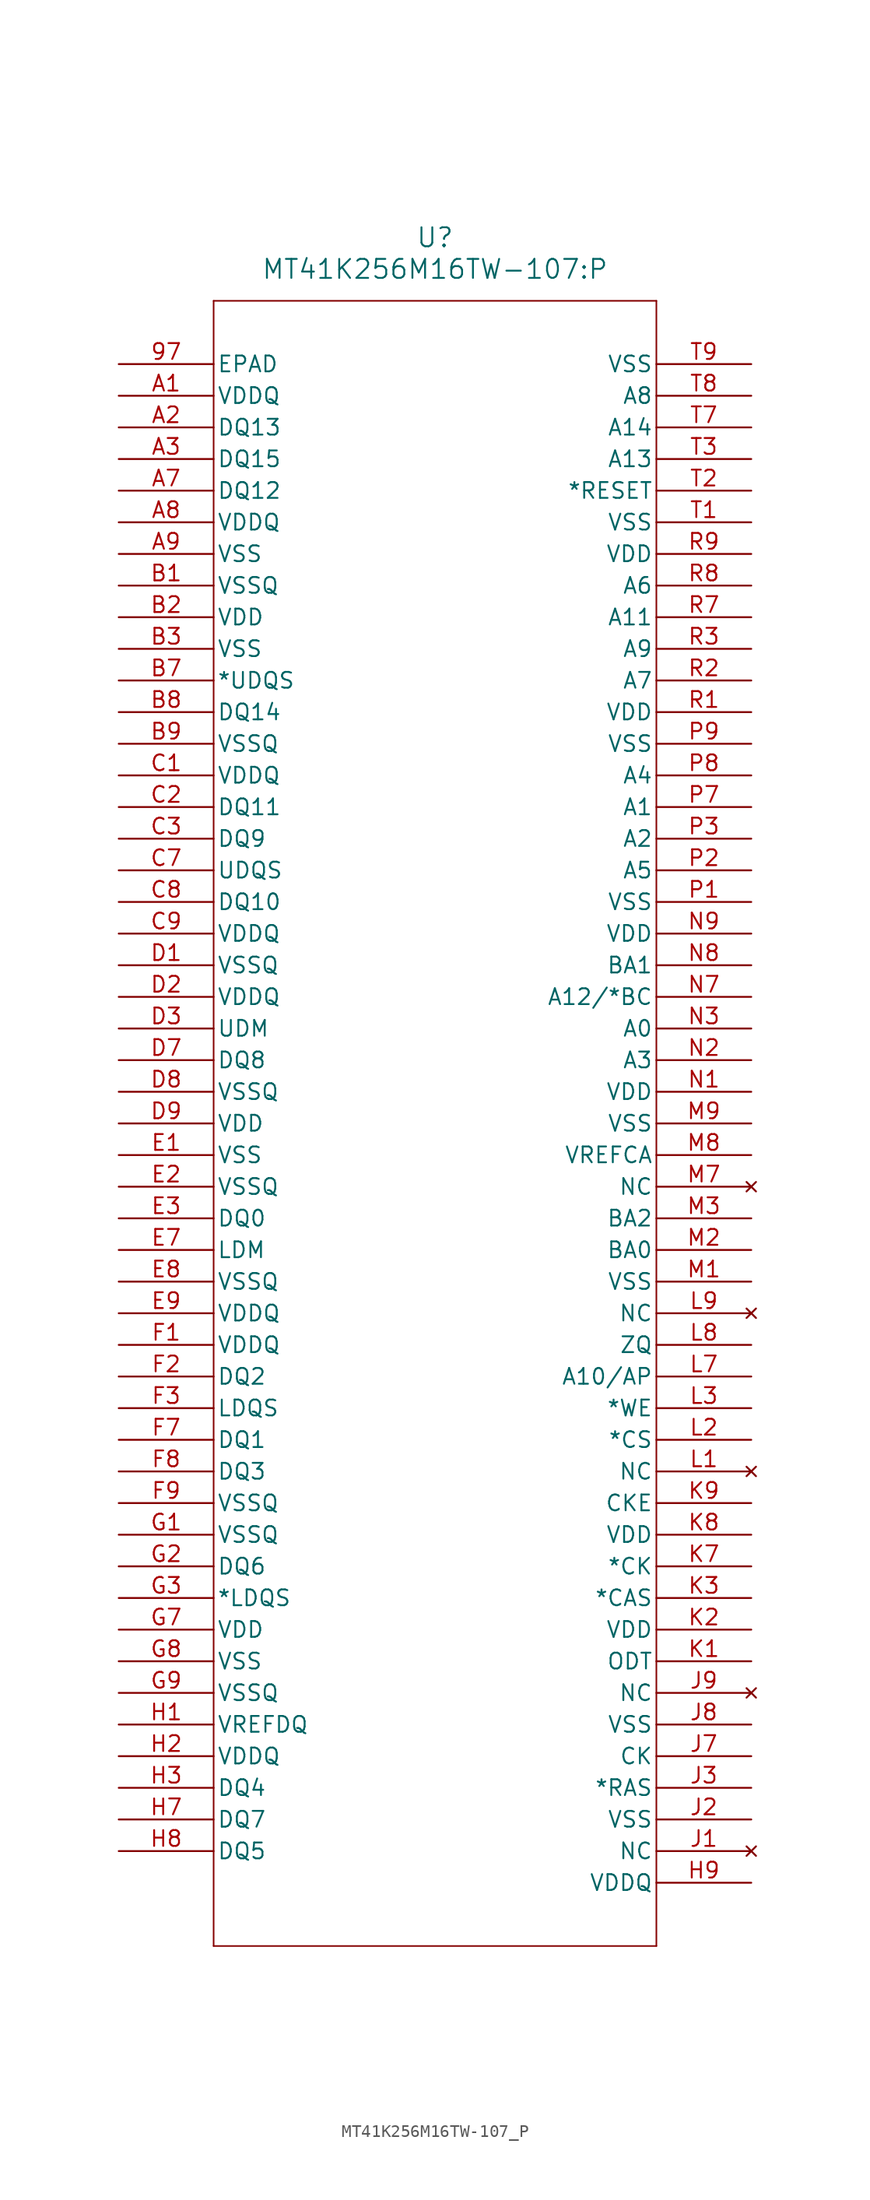
<source format=kicad_sym>
(kicad_symbol_lib
  (version 20231120)
  (generator "kicad_symbol_editor")
  (generator_version "8.0")
  (symbol "MT41K256M16TW-107_P"
    (pin_names
      (offset 0.254))
    (property "Reference" "U"
      (at 25.4 10.16 0)
      (effects (font (size 1.524 1.524))))
    (property "Value" "MT41K256M16TW-107:P"
      (at 25.4 7.62 0)
      (effects (font (size 1.524 1.524))))
    (property "ki_locked" ""
      (at 0 0 0)
      (effects (font (size 1.27 1.27))))
    (symbol "MT41K256M16TW-107_P_0_1"
      (polyline (pts (xy 7.62 -127) (xy 43.18 -127)) (stroke (width 0.127) (type default)) (fill (type none)))
      (polyline (pts (xy 7.62 5.08) (xy 7.62 -127)) (stroke (width 0.127) (type default)) (fill (type none)))
      (polyline (pts (xy 43.18 -127) (xy 43.18 5.08)) (stroke (width 0.127) (type default)) (fill (type none)))
      (polyline (pts (xy 43.18 5.08) (xy 7.62 5.08)) (stroke (width 0.127) (type default)) (fill (type none)))
      (pin unspecified line (at 0 0 0) (length 7.62) (name "EPAD" (effects (font (size 1.27 1.27)))) (number "97" (effects (font (size 1.27 1.27)))))
      (pin power_in line (at 0 -2.54 0) (length 7.62) (name "VDDQ" (effects (font (size 1.27 1.27)))) (number "A1" (effects (font (size 1.27 1.27)))))
      (pin bidirectional line (at 0 -5.08 0) (length 7.62) (name "DQ13" (effects (font (size 1.27 1.27)))) (number "A2" (effects (font (size 1.27 1.27)))))
      (pin bidirectional line (at 0 -7.62 0) (length 7.62) (name "DQ15" (effects (font (size 1.27 1.27)))) (number "A3" (effects (font (size 1.27 1.27)))))
      (pin bidirectional line (at 0 -10.16 0) (length 7.62) (name "DQ12" (effects (font (size 1.27 1.27)))) (number "A7" (effects (font (size 1.27 1.27)))))
      (pin power_in line (at 0 -12.7 0) (length 7.62) (name "VDDQ" (effects (font (size 1.27 1.27)))) (number "A8" (effects (font (size 1.27 1.27)))))
      (pin power_in line (at 0 -15.24 0) (length 7.62) (name "VSS" (effects (font (size 1.27 1.27)))) (number "A9" (effects (font (size 1.27 1.27)))))
      (pin power_in line (at 0 -17.78 0) (length 7.62) (name "VSSQ" (effects (font (size 1.27 1.27)))) (number "B1" (effects (font (size 1.27 1.27)))))
      (pin power_in line (at 0 -20.32 0) (length 7.62) (name "VDD" (effects (font (size 1.27 1.27)))) (number "B2" (effects (font (size 1.27 1.27)))))
      (pin power_in line (at 0 -22.86 0) (length 7.62) (name "VSS" (effects (font (size 1.27 1.27)))) (number "B3" (effects (font (size 1.27 1.27)))))
      (pin bidirectional line (at 0 -25.4 0) (length 7.62) (name "*UDQS" (effects (font (size 1.27 1.27)))) (number "B7" (effects (font (size 1.27 1.27)))))
      (pin bidirectional line (at 0 -27.94 0) (length 7.62) (name "DQ14" (effects (font (size 1.27 1.27)))) (number "B8" (effects (font (size 1.27 1.27)))))
      (pin power_in line (at 0 -30.48 0) (length 7.62) (name "VSSQ" (effects (font (size 1.27 1.27)))) (number "B9" (effects (font (size 1.27 1.27)))))
      (pin power_in line (at 0 -33.02 0) (length 7.62) (name "VDDQ" (effects (font (size 1.27 1.27)))) (number "C1" (effects (font (size 1.27 1.27)))))
      (pin bidirectional line (at 0 -35.56 0) (length 7.62) (name "DQ11" (effects (font (size 1.27 1.27)))) (number "C2" (effects (font (size 1.27 1.27)))))
      (pin bidirectional line (at 0 -38.1 0) (length 7.62) (name "DQ9" (effects (font (size 1.27 1.27)))) (number "C3" (effects (font (size 1.27 1.27)))))
      (pin bidirectional line (at 0 -40.64 0) (length 7.62) (name "UDQS" (effects (font (size 1.27 1.27)))) (number "C7" (effects (font (size 1.27 1.27)))))
      (pin bidirectional line (at 0 -43.18 0) (length 7.62) (name "DQ10" (effects (font (size 1.27 1.27)))) (number "C8" (effects (font (size 1.27 1.27)))))
      (pin power_in line (at 0 -45.72 0) (length 7.62) (name "VDDQ" (effects (font (size 1.27 1.27)))) (number "C9" (effects (font (size 1.27 1.27)))))
      (pin power_in line (at 0 -48.26 0) (length 7.62) (name "VSSQ" (effects (font (size 1.27 1.27)))) (number "D1" (effects (font (size 1.27 1.27)))))
      (pin power_in line (at 0 -50.8 0) (length 7.62) (name "VDDQ" (effects (font (size 1.27 1.27)))) (number "D2" (effects (font (size 1.27 1.27)))))
      (pin input line (at 0 -53.34 0) (length 7.62) (name "UDM" (effects (font (size 1.27 1.27)))) (number "D3" (effects (font (size 1.27 1.27)))))
      (pin bidirectional line (at 0 -55.88 0) (length 7.62) (name "DQ8" (effects (font (size 1.27 1.27)))) (number "D7" (effects (font (size 1.27 1.27)))))
      (pin power_in line (at 0 -58.42 0) (length 7.62) (name "VSSQ" (effects (font (size 1.27 1.27)))) (number "D8" (effects (font (size 1.27 1.27)))))
      (pin power_in line (at 0 -60.96 0) (length 7.62) (name "VDD" (effects (font (size 1.27 1.27)))) (number "D9" (effects (font (size 1.27 1.27)))))
      (pin power_in line (at 0 -63.5 0) (length 7.62) (name "VSS" (effects (font (size 1.27 1.27)))) (number "E1" (effects (font (size 1.27 1.27)))))
      (pin power_in line (at 0 -66.04 0) (length 7.62) (name "VSSQ" (effects (font (size 1.27 1.27)))) (number "E2" (effects (font (size 1.27 1.27)))))
      (pin bidirectional line (at 0 -68.58 0) (length 7.62) (name "DQ0" (effects (font (size 1.27 1.27)))) (number "E3" (effects (font (size 1.27 1.27)))))
      (pin input line (at 0 -71.12 0) (length 7.62) (name "LDM" (effects (font (size 1.27 1.27)))) (number "E7" (effects (font (size 1.27 1.27)))))
      (pin power_in line (at 0 -73.66 0) (length 7.62) (name "VSSQ" (effects (font (size 1.27 1.27)))) (number "E8" (effects (font (size 1.27 1.27)))))
      (pin power_in line (at 0 -76.2 0) (length 7.62) (name "VDDQ" (effects (font (size 1.27 1.27)))) (number "E9" (effects (font (size 1.27 1.27)))))
      (pin power_in line (at 0 -78.74 0) (length 7.62) (name "VDDQ" (effects (font (size 1.27 1.27)))) (number "F1" (effects (font (size 1.27 1.27)))))
      (pin bidirectional line (at 0 -81.28 0) (length 7.62) (name "DQ2" (effects (font (size 1.27 1.27)))) (number "F2" (effects (font (size 1.27 1.27)))))
      (pin bidirectional line (at 0 -83.82 0) (length 7.62) (name "LDQS" (effects (font (size 1.27 1.27)))) (number "F3" (effects (font (size 1.27 1.27)))))
      (pin bidirectional line (at 0 -86.36 0) (length 7.62) (name "DQ1" (effects (font (size 1.27 1.27)))) (number "F7" (effects (font (size 1.27 1.27)))))
      (pin bidirectional line (at 0 -88.9 0) (length 7.62) (name "DQ3" (effects (font (size 1.27 1.27)))) (number "F8" (effects (font (size 1.27 1.27)))))
      (pin power_in line (at 0 -91.44 0) (length 7.62) (name "VSSQ" (effects (font (size 1.27 1.27)))) (number "F9" (effects (font (size 1.27 1.27)))))
      (pin power_in line (at 0 -93.98 0) (length 7.62) (name "VSSQ" (effects (font (size 1.27 1.27)))) (number "G1" (effects (font (size 1.27 1.27)))))
      (pin bidirectional line (at 0 -96.52 0) (length 7.62) (name "DQ6" (effects (font (size 1.27 1.27)))) (number "G2" (effects (font (size 1.27 1.27)))))
      (pin bidirectional line (at 0 -99.06 0) (length 7.62) (name "*LDQS" (effects (font (size 1.27 1.27)))) (number "G3" (effects (font (size 1.27 1.27)))))
      (pin power_in line (at 0 -101.6 0) (length 7.62) (name "VDD" (effects (font (size 1.27 1.27)))) (number "G7" (effects (font (size 1.27 1.27)))))
      (pin power_in line (at 0 -104.14 0) (length 7.62) (name "VSS" (effects (font (size 1.27 1.27)))) (number "G8" (effects (font (size 1.27 1.27)))))
      (pin power_in line (at 0 -106.68 0) (length 7.62) (name "VSSQ" (effects (font (size 1.27 1.27)))) (number "G9" (effects (font (size 1.27 1.27)))))
      (pin power_in line (at 0 -109.22 0) (length 7.62) (name "VREFDQ" (effects (font (size 1.27 1.27)))) (number "H1" (effects (font (size 1.27 1.27)))))
      (pin power_in line (at 0 -111.76 0) (length 7.62) (name "VDDQ" (effects (font (size 1.27 1.27)))) (number "H2" (effects (font (size 1.27 1.27)))))
      (pin bidirectional line (at 0 -114.3 0) (length 7.62) (name "DQ4" (effects (font (size 1.27 1.27)))) (number "H3" (effects (font (size 1.27 1.27)))))
      (pin bidirectional line (at 0 -116.84 0) (length 7.62) (name "DQ7" (effects (font (size 1.27 1.27)))) (number "H7" (effects (font (size 1.27 1.27)))))
      (pin bidirectional line (at 0 -119.38 0) (length 7.62) (name "DQ5" (effects (font (size 1.27 1.27)))) (number "H8" (effects (font (size 1.27 1.27)))))
      (pin power_in line (at 50.8 -121.92 180) (length 7.62) (name "VDDQ" (effects (font (size 1.27 1.27)))) (number "H9" (effects (font (size 1.27 1.27)))))
      (pin no_connect line (at 50.8 -119.38 180) (length 7.62) (name "NC" (effects (font (size 1.27 1.27)))) (number "J1" (effects (font (size 1.27 1.27)))))
      (pin power_in line (at 50.8 -116.84 180) (length 7.62) (name "VSS" (effects (font (size 1.27 1.27)))) (number "J2" (effects (font (size 1.27 1.27)))))
      (pin input line (at 50.8 -114.3 180) (length 7.62) (name "*RAS" (effects (font (size 1.27 1.27)))) (number "J3" (effects (font (size 1.27 1.27)))))
      (pin input line (at 50.8 -111.76 180) (length 7.62) (name "CK" (effects (font (size 1.27 1.27)))) (number "J7" (effects (font (size 1.27 1.27)))))
      (pin power_in line (at 50.8 -109.22 180) (length 7.62) (name "VSS" (effects (font (size 1.27 1.27)))) (number "J8" (effects (font (size 1.27 1.27)))))
      (pin no_connect line (at 50.8 -106.68 180) (length 7.62) (name "NC" (effects (font (size 1.27 1.27)))) (number "J9" (effects (font (size 1.27 1.27)))))
      (pin input line (at 50.8 -104.14 180) (length 7.62) (name "ODT" (effects (font (size 1.27 1.27)))) (number "K1" (effects (font (size 1.27 1.27)))))
      (pin power_in line (at 50.8 -101.6 180) (length 7.62) (name "VDD" (effects (font (size 1.27 1.27)))) (number "K2" (effects (font (size 1.27 1.27)))))
      (pin input line (at 50.8 -99.06 180) (length 7.62) (name "*CAS" (effects (font (size 1.27 1.27)))) (number "K3" (effects (font (size 1.27 1.27)))))
      (pin input line (at 50.8 -96.52 180) (length 7.62) (name "*CK" (effects (font (size 1.27 1.27)))) (number "K7" (effects (font (size 1.27 1.27)))))
      (pin power_in line (at 50.8 -93.98 180) (length 7.62) (name "VDD" (effects (font (size 1.27 1.27)))) (number "K8" (effects (font (size 1.27 1.27)))))
      (pin input line (at 50.8 -91.44 180) (length 7.62) (name "CKE" (effects (font (size 1.27 1.27)))) (number "K9" (effects (font (size 1.27 1.27)))))
      (pin no_connect line (at 50.8 -88.9 180) (length 7.62) (name "NC" (effects (font (size 1.27 1.27)))) (number "L1" (effects (font (size 1.27 1.27)))))
      (pin input line (at 50.8 -86.36 180) (length 7.62) (name "*CS" (effects (font (size 1.27 1.27)))) (number "L2" (effects (font (size 1.27 1.27)))))
      (pin input line (at 50.8 -83.82 180) (length 7.62) (name "*WE" (effects (font (size 1.27 1.27)))) (number "L3" (effects (font (size 1.27 1.27)))))
      (pin input line (at 50.8 -81.28 180) (length 7.62) (name "A10/AP" (effects (font (size 1.27 1.27)))) (number "L7" (effects (font (size 1.27 1.27)))))
      (pin unspecified line (at 50.8 -78.74 180) (length 7.62) (name "ZQ" (effects (font (size 1.27 1.27)))) (number "L8" (effects (font (size 1.27 1.27)))))
      (pin no_connect line (at 50.8 -76.2 180) (length 7.62) (name "NC" (effects (font (size 1.27 1.27)))) (number "L9" (effects (font (size 1.27 1.27)))))
      (pin power_in line (at 50.8 -73.66 180) (length 7.62) (name "VSS" (effects (font (size 1.27 1.27)))) (number "M1" (effects (font (size 1.27 1.27)))))
      (pin input line (at 50.8 -71.12 180) (length 7.62) (name "BA0" (effects (font (size 1.27 1.27)))) (number "M2" (effects (font (size 1.27 1.27)))))
      (pin input line (at 50.8 -68.58 180) (length 7.62) (name "BA2" (effects (font (size 1.27 1.27)))) (number "M3" (effects (font (size 1.27 1.27)))))
      (pin no_connect line (at 50.8 -66.04 180) (length 7.62) (name "NC" (effects (font (size 1.27 1.27)))) (number "M7" (effects (font (size 1.27 1.27)))))
      (pin power_in line (at 50.8 -63.5 180) (length 7.62) (name "VREFCA" (effects (font (size 1.27 1.27)))) (number "M8" (effects (font (size 1.27 1.27)))))
      (pin power_in line (at 50.8 -60.96 180) (length 7.62) (name "VSS" (effects (font (size 1.27 1.27)))) (number "M9" (effects (font (size 1.27 1.27)))))
      (pin power_in line (at 50.8 -58.42 180) (length 7.62) (name "VDD" (effects (font (size 1.27 1.27)))) (number "N1" (effects (font (size 1.27 1.27)))))
      (pin input line (at 50.8 -55.88 180) (length 7.62) (name "A3" (effects (font (size 1.27 1.27)))) (number "N2" (effects (font (size 1.27 1.27)))))
      (pin input line (at 50.8 -53.34 180) (length 7.62) (name "A0" (effects (font (size 1.27 1.27)))) (number "N3" (effects (font (size 1.27 1.27)))))
      (pin input line (at 50.8 -50.8 180) (length 7.62) (name "A12/*BC" (effects (font (size 1.27 1.27)))) (number "N7" (effects (font (size 1.27 1.27)))))
      (pin input line (at 50.8 -48.26 180) (length 7.62) (name "BA1" (effects (font (size 1.27 1.27)))) (number "N8" (effects (font (size 1.27 1.27)))))
      (pin power_in line (at 50.8 -45.72 180) (length 7.62) (name "VDD" (effects (font (size 1.27 1.27)))) (number "N9" (effects (font (size 1.27 1.27)))))
      (pin power_in line (at 50.8 -43.18 180) (length 7.62) (name "VSS" (effects (font (size 1.27 1.27)))) (number "P1" (effects (font (size 1.27 1.27)))))
      (pin input line (at 50.8 -40.64 180) (length 7.62) (name "A5" (effects (font (size 1.27 1.27)))) (number "P2" (effects (font (size 1.27 1.27)))))
      (pin input line (at 50.8 -38.1 180) (length 7.62) (name "A2" (effects (font (size 1.27 1.27)))) (number "P3" (effects (font (size 1.27 1.27)))))
      (pin input line (at 50.8 -35.56 180) (length 7.62) (name "A1" (effects (font (size 1.27 1.27)))) (number "P7" (effects (font (size 1.27 1.27)))))
      (pin input line (at 50.8 -33.02 180) (length 7.62) (name "A4" (effects (font (size 1.27 1.27)))) (number "P8" (effects (font (size 1.27 1.27)))))
      (pin power_in line (at 50.8 -30.48 180) (length 7.62) (name "VSS" (effects (font (size 1.27 1.27)))) (number "P9" (effects (font (size 1.27 1.27)))))
      (pin power_in line (at 50.8 -27.94 180) (length 7.62) (name "VDD" (effects (font (size 1.27 1.27)))) (number "R1" (effects (font (size 1.27 1.27)))))
      (pin input line (at 50.8 -25.4 180) (length 7.62) (name "A7" (effects (font (size 1.27 1.27)))) (number "R2" (effects (font (size 1.27 1.27)))))
      (pin input line (at 50.8 -22.86 180) (length 7.62) (name "A9" (effects (font (size 1.27 1.27)))) (number "R3" (effects (font (size 1.27 1.27)))))
      (pin input line (at 50.8 -20.32 180) (length 7.62) (name "A11" (effects (font (size 1.27 1.27)))) (number "R7" (effects (font (size 1.27 1.27)))))
      (pin input line (at 50.8 -17.78 180) (length 7.62) (name "A6" (effects (font (size 1.27 1.27)))) (number "R8" (effects (font (size 1.27 1.27)))))
      (pin power_in line (at 50.8 -15.24 180) (length 7.62) (name "VDD" (effects (font (size 1.27 1.27)))) (number "R9" (effects (font (size 1.27 1.27)))))
      (pin power_in line (at 50.8 -12.7 180) (length 7.62) (name "VSS" (effects (font (size 1.27 1.27)))) (number "T1" (effects (font (size 1.27 1.27)))))
      (pin input line (at 50.8 -10.16 180) (length 7.62) (name "*RESET" (effects (font (size 1.27 1.27)))) (number "T2" (effects (font (size 1.27 1.27)))))
      (pin input line (at 50.8 -7.62 180) (length 7.62) (name "A13" (effects (font (size 1.27 1.27)))) (number "T3" (effects (font (size 1.27 1.27)))))
      (pin input line (at 50.8 -5.08 180) (length 7.62) (name "A14" (effects (font (size 1.27 1.27)))) (number "T7" (effects (font (size 1.27 1.27)))))
      (pin input line (at 50.8 -2.54 180) (length 7.62) (name "A8" (effects (font (size 1.27 1.27)))) (number "T8" (effects (font (size 1.27 1.27)))))
      (pin power_in line (at 50.8 0 180) (length 7.62) (name "VSS" (effects (font (size 1.27 1.27)))) (number "T9" (effects (font (size 1.27 1.27))))))))
</source>
